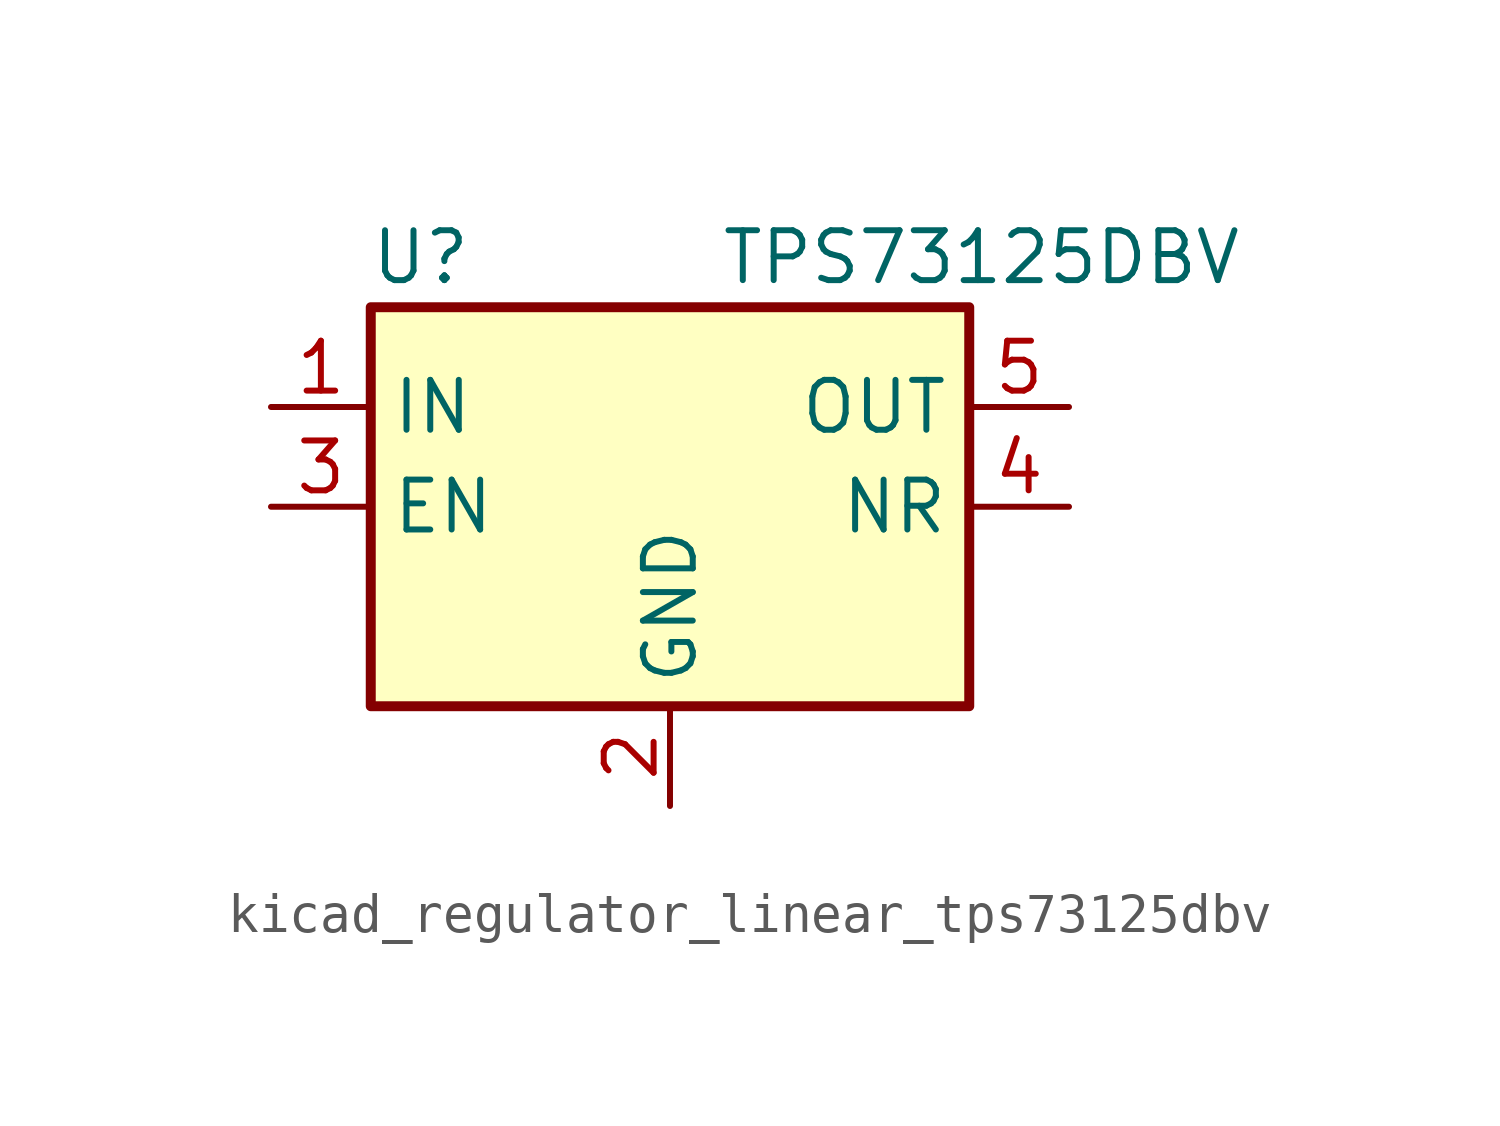
<source format=kicad_sym>
(kicad_symbol_lib
  (version 20220914)
  (generator kicad_symbol_editor)
  (symbol "kicad_regulator_linear_tps73125dbv"
    (property "Reference" "U"
      (at -6.35 6.35 0)
      (effects (font (size 1.27 1.27))))
    (property "Value" "TPS73125DBV"
      (at 1.27 6.35 0)
      (effects (font (size 1.27 1.27)) (justify left)))
    (symbol "kicad_regulator_linear_tps73125dbv_0_1"
      (rectangle (start -7.62 -5.08) (end 7.62 5.08) (stroke (width 0.254) (type default)) (fill (type background))))
    (symbol "kicad_regulator_linear_tps73125dbv_1_1"
      (pin power_in line (at -10.16 2.54 0) (length 2.54) (name "IN" (effects (font (size 1.27 1.27)))) (number "1" (effects (font (size 1.27 1.27)))))
      (pin power_in line (at 0 -7.62 90) (length 2.54) (name "GND" (effects (font (size 1.27 1.27)))) (number "2" (effects (font (size 1.27 1.27)))))
      (pin input line (at -10.16 0 0) (length 2.54) (name "EN" (effects (font (size 1.27 1.27)))) (number "3" (effects (font (size 1.27 1.27)))))
      (pin passive line (at 10.16 0 180) (length 2.54) (name "NR" (effects (font (size 1.27 1.27)))) (number "4" (effects (font (size 1.27 1.27)))))
      (pin power_out line (at 10.16 2.54 180) (length 2.54) (name "OUT" (effects (font (size 1.27 1.27)))) (number "5" (effects (font (size 1.27 1.27))))))))
</source>
